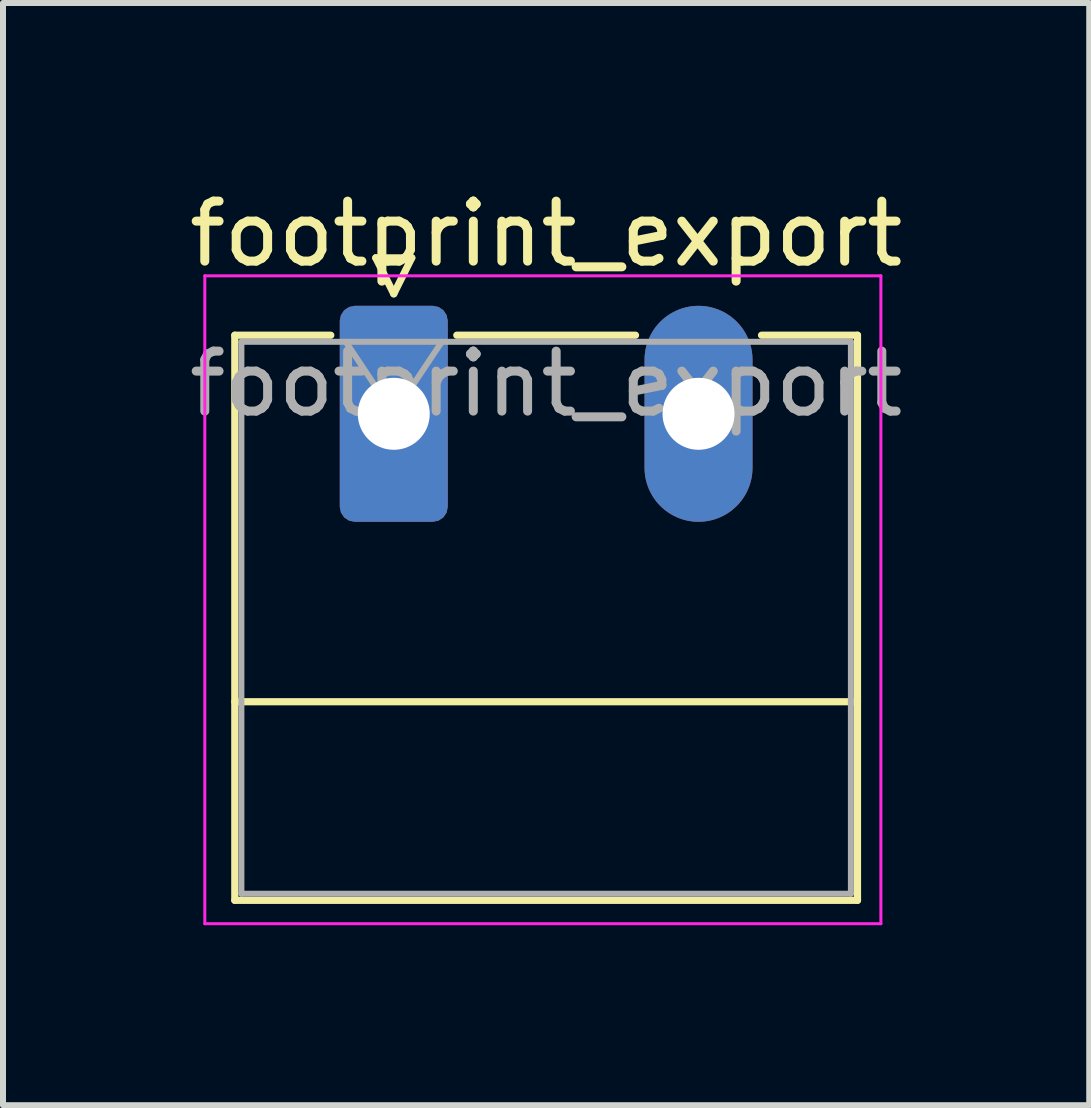
<source format=kicad_pcb>
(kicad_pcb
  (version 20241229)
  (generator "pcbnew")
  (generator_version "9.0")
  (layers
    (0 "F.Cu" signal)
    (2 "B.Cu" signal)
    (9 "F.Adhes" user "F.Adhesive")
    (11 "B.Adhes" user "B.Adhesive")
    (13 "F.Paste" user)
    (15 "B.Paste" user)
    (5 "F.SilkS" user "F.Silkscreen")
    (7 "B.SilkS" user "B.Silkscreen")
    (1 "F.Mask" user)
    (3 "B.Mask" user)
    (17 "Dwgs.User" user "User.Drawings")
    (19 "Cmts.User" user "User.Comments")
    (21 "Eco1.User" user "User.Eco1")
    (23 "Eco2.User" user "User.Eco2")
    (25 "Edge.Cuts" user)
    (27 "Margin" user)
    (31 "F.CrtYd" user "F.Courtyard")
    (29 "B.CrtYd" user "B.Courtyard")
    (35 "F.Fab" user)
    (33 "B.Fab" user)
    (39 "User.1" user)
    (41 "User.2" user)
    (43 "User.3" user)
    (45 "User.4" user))
  (footprint "footprint_export"
    (layer "F.Cu")
    (at 3.514 3.848)
    (property "Reference" "footprint_export" (at 2.54 -3 0) (layer "F.SilkS") (effects (font (size 1 1) (thickness 0.15))))
    (attr through_hole)
    (fp_line (start -2.65 -1.31) (end -2.65 8.11) (stroke (width 0.12) (type solid)) (layer "F.SilkS"))
    (fp_line (start -2.65 -1.31) (end -1.05 -1.31) (stroke (width 0.12) (type solid)) (layer "F.SilkS"))
    (fp_line (start -2.65 4.8) (end 7.73 4.8) (stroke (width 0.12) (type solid)) (layer "F.SilkS"))
    (fp_line (start -2.65 8.11) (end 7.73 8.11) (stroke (width 0.12) (type solid)) (layer "F.SilkS"))
    (fp_line (start -0.3 -2.6) (end 0.3 -2.6) (stroke (width 0.12) (type solid)) (layer "F.SilkS"))
    (fp_line (start 0 -2) (end -0.3 -2.6) (stroke (width 0.12) (type solid)) (layer "F.SilkS"))
    (fp_line (start 0.3 -2.6) (end 0 -2) (stroke (width 0.12) (type solid)) (layer "F.SilkS"))
    (fp_line (start 1.05 -1.31) (end 4.03 -1.31) (stroke (width 0.12) (type solid)) (layer "F.SilkS"))
    (fp_line (start 7.73 -1.31) (end 6.13 -1.31) (stroke (width 0.12) (type solid)) (layer "F.SilkS"))
    (fp_line (start 7.73 8.11) (end 7.73 -1.31) (stroke (width 0.12) (type solid)) (layer "F.SilkS"))
    (fp_line (start -3.15 -2.3) (end -3.15 8.5) (stroke (width 0.05) (type solid)) (layer "F.CrtYd"))
    (fp_line (start -3.15 8.5) (end 8.12 8.5) (stroke (width 0.05) (type solid)) (layer "F.CrtYd"))
    (fp_line (start 8.12 -2.3) (end -3.15 -2.3) (stroke (width 0.05) (type solid)) (layer "F.CrtYd"))
    (fp_line (start 8.12 8.5) (end 8.12 -2.3) (stroke (width 0.05) (type solid)) (layer "F.CrtYd"))
    (fp_line (start -2.54 -1.2) (end -2.54 8) (stroke (width 0.1) (type solid)) (layer "F.Fab"))
    (fp_line (start -2.54 8) (end 7.62 8) (stroke (width 0.1) (type solid)) (layer "F.Fab"))
    (fp_line (start 0 0) (end -0.8 -1.2) (stroke (width 0.1) (type solid)) (layer "F.Fab"))
    (fp_line (start 0.8 -1.2) (end 0 0) (stroke (width 0.1) (type solid)) (layer "F.Fab"))
    (fp_line (start 7.62 -1.2) (end -2.54 -1.2) (stroke (width 0.1) (type solid)) (layer "F.Fab"))
    (fp_line (start 7.62 8) (end 7.62 -1.2) (stroke (width 0.1) (type solid)) (layer "F.Fab"))
    (fp_text user "${REFERENCE}" (at 2.54 -0.5 0) (layer "F.Fab") (effects (font (size 1 1) (thickness 0.15))))
    (pad "1" thru_hole roundrect (at 0 0) (size 1.8 3.6) (drill 1.2) (layers "*.Cu" "*.Mask") (roundrect_rratio 0.139))
    (pad "2" thru_hole oval (at 5.08 0) (size 1.8 3.6) (drill 1.2) (layers "*.Cu" "*.Mask")))
  (gr_rect
    (start -3 -3)
    (end 15.107 15.373)
    (stroke (width 0.1) (type default))
    (fill no)
    (layer "Edge.Cuts")))
</source>
